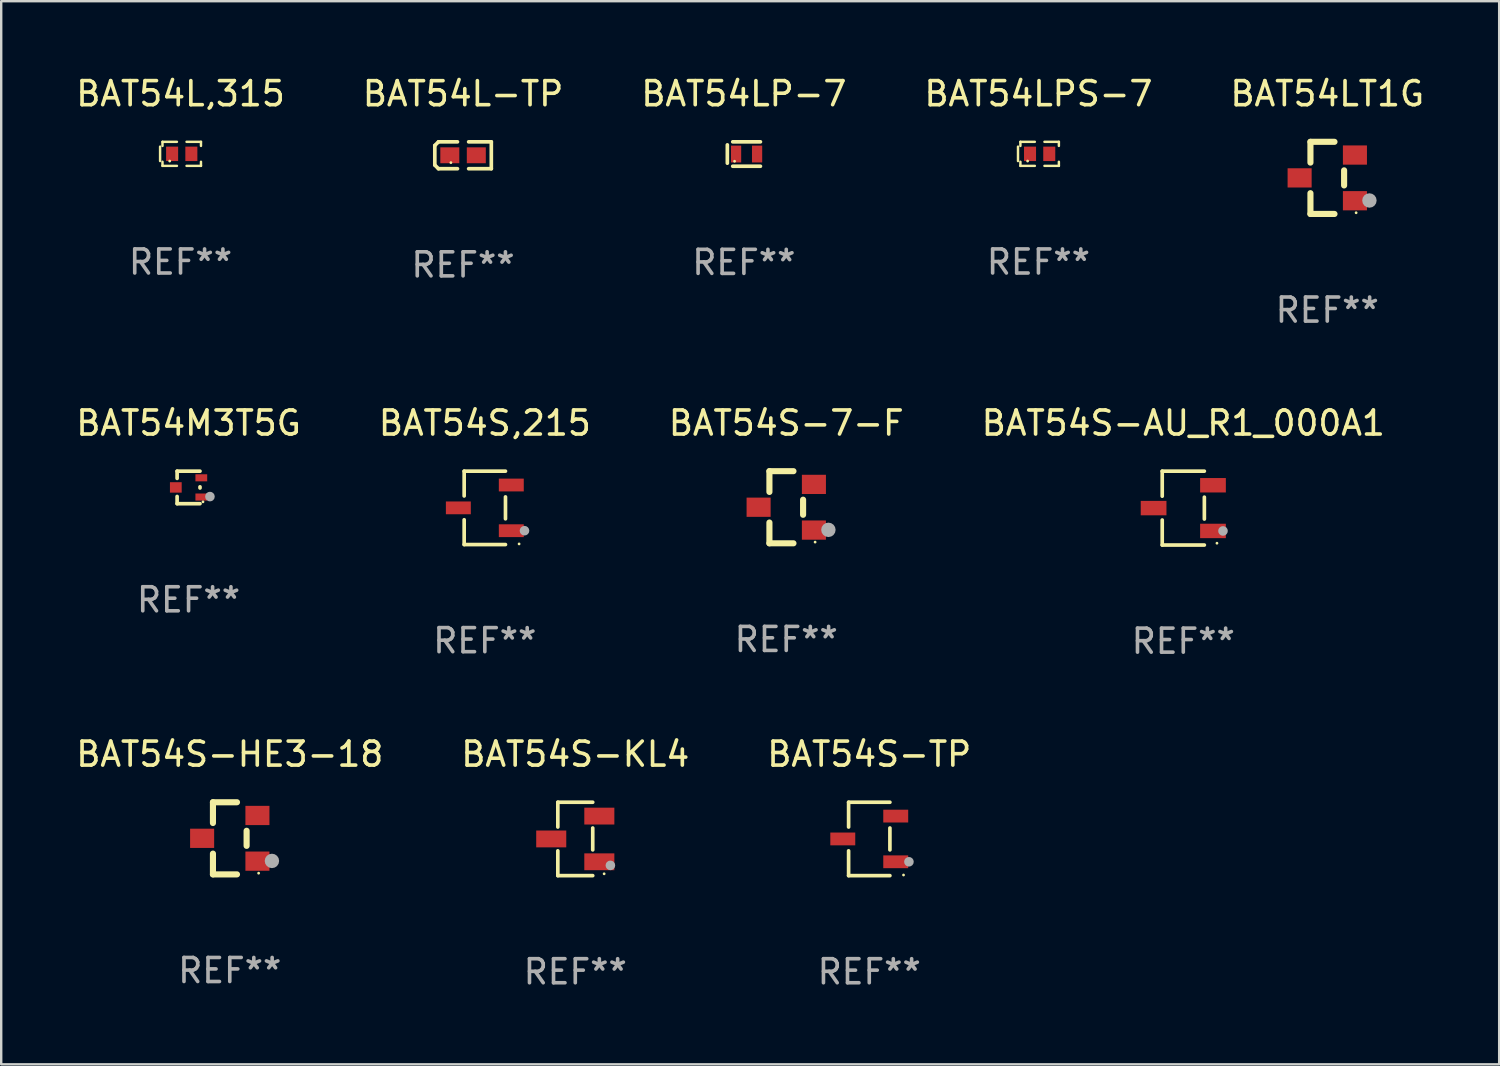
<source format=kicad_pcb>
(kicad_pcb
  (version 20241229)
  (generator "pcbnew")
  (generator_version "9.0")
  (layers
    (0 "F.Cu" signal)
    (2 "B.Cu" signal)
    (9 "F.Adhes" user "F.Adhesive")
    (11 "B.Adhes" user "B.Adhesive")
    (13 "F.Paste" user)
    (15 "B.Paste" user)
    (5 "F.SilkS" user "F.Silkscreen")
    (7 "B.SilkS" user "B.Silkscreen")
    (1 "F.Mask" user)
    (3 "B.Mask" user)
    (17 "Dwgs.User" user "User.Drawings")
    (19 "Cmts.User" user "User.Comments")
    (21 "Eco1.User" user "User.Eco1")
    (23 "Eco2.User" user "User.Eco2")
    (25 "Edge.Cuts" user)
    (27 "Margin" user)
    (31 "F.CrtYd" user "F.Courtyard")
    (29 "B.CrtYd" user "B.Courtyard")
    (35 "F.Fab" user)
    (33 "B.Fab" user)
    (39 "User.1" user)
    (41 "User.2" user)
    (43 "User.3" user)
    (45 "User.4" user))
  (footprint "BAT54M3T5G"
    (layer "F.Cu")
    (at 4.792 17.221)
    (property "Reference" "BAT54M3T5G" (at 0 -2.676 0) (layer "F.SilkS") (effects (font (size 1 1) (thickness 0.15))))
    (attr through_hole)
    (fp_line (start -0.476 -0.676) (end -0.476 -0.376) (stroke (width 0.152) (type solid)) (layer "F.SilkS"))
    (fp_line (start -0.476 0.676) (end -0.476 0.376) (stroke (width 0.152) (type solid)) (layer "F.SilkS"))
    (fp_line (start 0.476 -0.676) (end -0.476 -0.676) (stroke (width 0.152) (type solid)) (layer "F.SilkS"))
    (fp_line (start 0.476 -0.024) (end 0.476 0.024) (stroke (width 0.152) (type solid)) (layer "F.SilkS"))
    (fp_line (start 0.476 0.676) (end -0.476 0.676) (stroke (width 0.152) (type solid)) (layer "F.SilkS"))
    (fp_circle (center 0.6 0.6) (end 0.63 0.6) (stroke (width 0.06) (type solid)) (fill no) (layer "F.SilkS"))
    (fp_circle (center 0.889 0.381) (end 0.989 0.381) (stroke (width 0.2) (type solid)) (fill no) (layer "F.Fab"))
    (fp_text user "REF**" (at 0 4.676 0) (layer "F.Fab") (effects (font (size 1 1) (thickness 0.15))))
    (pad "1" smd rect (at 0.53 0.4) (size 0.489 0.294) (layers "F.Cu" "F.Mask" "F.Paste"))
    (pad "2" smd rect (at 0.53 -0.4) (size 0.489 0.294) (layers "F.Cu" "F.Mask" "F.Paste"))
    (pad "3" smd rect (at -0.53 0) (size 0.489 0.434) (layers "F.Cu" "F.Mask" "F.Paste")))
  (footprint "BAT54L,315"
    (layer "F.Cu")
    (at 4.458 3.348)
    (property "Reference" "BAT54L,315" (at 0 -2.5 0) (layer "F.SilkS") (effects (font (size 1 1) (thickness 0.15))))
    (attr through_hole)
    (fp_line (start -0.85 -0.3) (end -0.85 0.3) (stroke (width 0.102) (type solid)) (layer "F.SilkS"))
    (fp_line (start -0.75 -0.5) (end -0.75 -0.329) (stroke (width 0.102) (type solid)) (layer "F.SilkS"))
    (fp_line (start -0.75 0.329) (end -0.75 0.5) (stroke (width 0.102) (type solid)) (layer "F.SilkS"))
    (fp_line (start -0.75 0.5) (end -0.15 0.5) (stroke (width 0.102) (type solid)) (layer "F.SilkS"))
    (fp_line (start -0.15 -0.5) (end -0.75 -0.5) (stroke (width 0.102) (type solid)) (layer "F.SilkS"))
    (fp_line (start 0.25 -0.5) (end 0.85 -0.5) (stroke (width 0.102) (type solid)) (layer "F.SilkS"))
    (fp_line (start 0.85 -0.5) (end 0.85 -0.33) (stroke (width 0.102) (type solid)) (layer "F.SilkS"))
    (fp_line (start 0.85 0.33) (end 0.85 0.5) (stroke (width 0.102) (type solid)) (layer "F.SilkS"))
    (fp_line (start 0.85 0.5) (end 0.25 0.5) (stroke (width 0.102) (type solid)) (layer "F.SilkS"))
    (fp_circle (center -0.45 0.3) (end -0.42 0.3) (stroke (width 0.06) (type solid)) (fill no) (layer "F.SilkS"))
    (fp_text user "REF**" (at 0 4.5 0) (layer "F.Fab") (effects (font (size 1 1) (thickness 0.15))))
    (pad "1" smd rect (at -0.35 0) (size 0.5 0.6) (layers "F.Cu" "F.Mask" "F.Paste"))
    (pad "2" smd rect (at 0.45 0) (size 0.5 0.6) (layers "F.Cu" "F.Mask" "F.Paste")))
  (footprint "BAT54S-HE3-18"
    (layer "F.Cu")
    (at 6.506 31.814)
    (property "Reference" "BAT54S-HE3-18" (at 0 -3.5 0) (layer "F.SilkS") (effects (font (size 1 1) (thickness 0.15))))
    (attr through_hole)
    (fp_line (start -0.7 -1.5) (end 0.3 -1.5) (stroke (width 0.254) (type solid)) (layer "F.SilkS"))
    (fp_line (start -0.7 -0.636) (end -0.7 -1.5) (stroke (width 0.254) (type solid)) (layer "F.SilkS"))
    (fp_line (start -0.7 1.5) (end -0.7 0.636) (stroke (width 0.254) (type solid)) (layer "F.SilkS"))
    (fp_line (start -0.7 1.5) (end 0.3 1.5) (stroke (width 0.254) (type solid)) (layer "F.SilkS"))
    (fp_line (start 0.7 0.314) (end 0.7 -0.314) (stroke (width 0.254) (type solid)) (layer "F.SilkS"))
    (fp_circle (center 1.2 1.45) (end 1.23 1.45) (stroke (width 0.06) (type solid)) (fill no) (layer "F.SilkS"))
    (fp_circle (center 1.753 0.94) (end 1.903 0.94) (stroke (width 0.3) (type solid)) (fill no) (layer "F.Fab"))
    (fp_text user "REF**" (at 0 5.5 0) (layer "F.Fab") (effects (font (size 1 1) (thickness 0.15))))
    (pad "1" smd rect (at 1.15 0.95 180) (size 1 0.8) (layers "F.Cu" "F.Mask" "F.Paste"))
    (pad "2" smd rect (at 1.15 -0.95 180) (size 1 0.8) (layers "F.Cu" "F.Mask" "F.Paste"))
    (pad "3" smd rect (at -1.15 -0.000051 180) (size 1 0.8) (layers "F.Cu" "F.Mask" "F.Paste")))
  (footprint "BAT54S-TP"
    (layer "F.Cu")
    (at 33.101 31.84)
    (property "Reference" "BAT54S-TP" (at 0 -3.526 0) (layer "F.SilkS") (effects (font (size 1 1) (thickness 0.15))))
    (attr through_hole)
    (fp_line (start -0.859 -1.526) (end -0.859 -0.495) (stroke (width 0.152) (type solid)) (layer "F.SilkS"))
    (fp_line (start -0.859 1.526) (end -0.859 0.495) (stroke (width 0.152) (type solid)) (layer "F.SilkS"))
    (fp_line (start 0.859 -1.526) (end -0.859 -1.526) (stroke (width 0.152) (type solid)) (layer "F.SilkS"))
    (fp_line (start 0.859 -0.455) (end 0.859 0.455) (stroke (width 0.152) (type solid)) (layer "F.SilkS"))
    (fp_line (start 0.859 1.526) (end -0.859 1.526) (stroke (width 0.152) (type solid)) (layer "F.SilkS"))
    (fp_circle (center 1.425 1.5) (end 1.455 1.5) (stroke (width 0.06) (type solid)) (fill no) (layer "F.SilkS"))
    (fp_circle (center 1.65 0.95) (end 1.75 0.95) (stroke (width 0.2) (type solid)) (fill no) (layer "F.Fab"))
    (fp_text user "REF**" (at 0 5.526 0) (layer "F.Fab") (effects (font (size 1 1) (thickness 0.15))))
    (pad "1" smd rect (at 1.101 0.95) (size 1.037 0.532) (layers "F.Cu" "F.Mask" "F.Paste"))
    (pad "2" smd rect (at 1.101 -0.95) (size 1.037 0.532) (layers "F.Cu" "F.Mask" "F.Paste"))
    (pad "3" smd rect (at -1.101 0) (size 1.037 0.532) (layers "F.Cu" "F.Mask" "F.Paste")))
  (footprint "BAT54LT1G"
    (layer "F.Cu")
    (at 52.149 4.348)
    (property "Reference" "BAT54LT1G" (at 0 -3.5 0) (layer "F.SilkS") (effects (font (size 1 1) (thickness 0.15))))
    (attr through_hole)
    (fp_line (start -0.7 -1.5) (end 0.3 -1.5) (stroke (width 0.254) (type solid)) (layer "F.SilkS"))
    (fp_line (start -0.7 -0.636) (end -0.7 -1.5) (stroke (width 0.254) (type solid)) (layer "F.SilkS"))
    (fp_line (start -0.7 1.5) (end -0.7 0.636) (stroke (width 0.254) (type solid)) (layer "F.SilkS"))
    (fp_line (start -0.7 1.5) (end 0.3 1.5) (stroke (width 0.254) (type solid)) (layer "F.SilkS"))
    (fp_line (start 0.7 0.314) (end 0.7 -0.314) (stroke (width 0.254) (type solid)) (layer "F.SilkS"))
    (fp_circle (center 1.2 1.45) (end 1.23 1.45) (stroke (width 0.06) (type solid)) (fill no) (layer "F.SilkS"))
    (fp_circle (center 1.753 0.94) (end 1.903 0.94) (stroke (width 0.3) (type solid)) (fill no) (layer "F.Fab"))
    (fp_text user "REF**" (at 0 5.5 0) (layer "F.Fab") (effects (font (size 1 1) (thickness 0.15))))
    (pad "1" smd rect (at 1.15 0.95 180) (size 1 0.8) (layers "F.Cu" "F.Mask" "F.Paste"))
    (pad "2" smd rect (at 1.15 -0.95 180) (size 1 0.8) (layers "F.Cu" "F.Mask" "F.Paste"))
    (pad "3" smd rect (at -1.15 -0.000051 180) (size 1 0.8) (layers "F.Cu" "F.Mask" "F.Paste")))
  (footprint "BAT54LP-7"
    (layer "F.Cu")
    (at 27.887 3.356)
    (property "Reference" "BAT54LP-7" (at 0 -2.508 0) (layer "F.SilkS") (effects (font (size 1 1) (thickness 0.15))))
    (attr through_hole)
    (fp_line (start -0.688 -0.381) (end -0.688 0.381) (stroke (width 0.152) (type solid)) (layer "F.SilkS"))
    (fp_line (start -0.464 -0.508) (end 0.688 -0.508) (stroke (width 0.152) (type solid)) (layer "F.SilkS"))
    (fp_line (start -0.464 0.508) (end 0.688 0.508) (stroke (width 0.152) (type solid)) (layer "F.SilkS"))
    (fp_circle (center -0.388 0.3) (end -0.358 0.3) (stroke (width 0.06) (type solid)) (fill no) (layer "F.SilkS"))
    (fp_text user "REF**" (at 0 4.508 0) (layer "F.Fab") (effects (font (size 1 1) (thickness 0.15))))
    (pad "1" smd rect (at -0.325 0) (size 0.425 0.7) (layers "F.Cu" "F.Mask" "F.Paste"))
    (pad "2" smd rect (at 0.549 0) (size 0.425 0.7) (layers "F.Cu" "F.Mask" "F.Paste")))
  (footprint "BAT54LPS-7"
    (layer "F.Cu")
    (at 40.137 3.348)
    (property "Reference" "BAT54LPS-7" (at 0 -2.5 0) (layer "F.SilkS") (effects (font (size 1 1) (thickness 0.15))))
    (attr through_hole)
    (fp_line (start -0.85 -0.3) (end -0.85 0.3) (stroke (width 0.102) (type solid)) (layer "F.SilkS"))
    (fp_line (start -0.75 -0.5) (end -0.75 -0.329) (stroke (width 0.102) (type solid)) (layer "F.SilkS"))
    (fp_line (start -0.75 0.329) (end -0.75 0.5) (stroke (width 0.102) (type solid)) (layer "F.SilkS"))
    (fp_line (start -0.75 0.5) (end -0.15 0.5) (stroke (width 0.102) (type solid)) (layer "F.SilkS"))
    (fp_line (start -0.15 -0.5) (end -0.75 -0.5) (stroke (width 0.102) (type solid)) (layer "F.SilkS"))
    (fp_line (start 0.25 -0.5) (end 0.85 -0.5) (stroke (width 0.102) (type solid)) (layer "F.SilkS"))
    (fp_line (start 0.85 -0.5) (end 0.85 -0.33) (stroke (width 0.102) (type solid)) (layer "F.SilkS"))
    (fp_line (start 0.85 0.33) (end 0.85 0.5) (stroke (width 0.102) (type solid)) (layer "F.SilkS"))
    (fp_line (start 0.85 0.5) (end 0.25 0.5) (stroke (width 0.102) (type solid)) (layer "F.SilkS"))
    (fp_circle (center -0.45 0.3) (end -0.42 0.3) (stroke (width 0.06) (type solid)) (fill no) (layer "F.SilkS"))
    (fp_text user "REF**" (at 0 4.5 0) (layer "F.Fab") (effects (font (size 1 1) (thickness 0.15))))
    (pad "1" smd rect (at -0.35 0) (size 0.5 0.6) (layers "F.Cu" "F.Mask" "F.Paste"))
    (pad "2" smd rect (at 0.45 0) (size 0.5 0.6) (layers "F.Cu" "F.Mask" "F.Paste")))
  (footprint "BAT54S-AU_R1_000A1"
    (layer "F.Cu")
    (at 46.161 18.081)
    (property "Reference" "BAT54S-AU_R1_000A1" (at 0 -3.536 0) (layer "F.SilkS") (effects (font (size 1 1) (thickness 0.15))))
    (attr through_hole)
    (fp_line (start -0.876 -1.536) (end -0.876 -0.495) (stroke (width 0.152) (type solid)) (layer "F.SilkS"))
    (fp_line (start -0.876 1.536) (end -0.876 0.495) (stroke (width 0.152) (type solid)) (layer "F.SilkS"))
    (fp_line (start 0.876 -1.536) (end -0.876 -1.536) (stroke (width 0.152) (type solid)) (layer "F.SilkS"))
    (fp_line (start 0.876 -0.455) (end 0.876 0.455) (stroke (width 0.152) (type solid)) (layer "F.SilkS"))
    (fp_line (start 0.876 1.536) (end -0.876 1.536) (stroke (width 0.152) (type solid)) (layer "F.SilkS"))
    (fp_circle (center 1.4 1.46) (end 1.43 1.46) (stroke (width 0.06) (type solid)) (fill no) (layer "F.SilkS"))
    (fp_circle (center 1.651 0.95) (end 1.751 0.95) (stroke (width 0.2) (type solid)) (fill no) (layer "F.Fab"))
    (fp_text user "REF**" (at 0 5.536 0) (layer "F.Fab") (effects (font (size 1 1) (thickness 0.15))))
    (pad "1" smd rect (at 1.235 0.95) (size 1.07 0.6) (layers "F.Cu" "F.Mask" "F.Paste"))
    (pad "2" smd rect (at 1.235 -0.95) (size 1.07 0.6) (layers "F.Cu" "F.Mask" "F.Paste"))
    (pad "3" smd rect (at -1.235 0) (size 1.07 0.6) (layers "F.Cu" "F.Mask" "F.Paste")))
  (footprint "BAT54L-TP"
    (layer "F.Cu")
    (at 16.208 3.408)
    (property "Reference" "BAT54L-TP" (at 0 -2.559 0) (layer "F.SilkS") (effects (font (size 1 1) (thickness 0.15))))
    (attr through_hole)
    (fp_line (start -1.175 -0.407) (end -1.023 -0.559) (stroke (width 0.152) (type solid)) (layer "F.SilkS"))
    (fp_line (start -1.175 0.407) (end -1.175 -0.407) (stroke (width 0.152) (type solid)) (layer "F.SilkS"))
    (fp_line (start -1.023 -0.559) (end -0.232 -0.559) (stroke (width 0.152) (type solid)) (layer "F.SilkS"))
    (fp_line (start -1.023 0.559) (end -1.175 0.407) (stroke (width 0.152) (type solid)) (layer "F.SilkS"))
    (fp_line (start -0.232 0.559) (end -1.023 0.559) (stroke (width 0.152) (type solid)) (layer "F.SilkS"))
    (fp_line (start 0.232 0.559) (end 1.175 0.559) (stroke (width 0.152) (type solid)) (layer "F.SilkS"))
    (fp_line (start 1.175 -0.559) (end 0.232 -0.559) (stroke (width 0.152) (type solid)) (layer "F.SilkS"))
    (fp_line (start 1.175 0.559) (end 1.175 -0.559) (stroke (width 0.152) (type solid)) (layer "F.SilkS"))
    (fp_circle (center -0.506 0.306) (end -0.476 0.306) (stroke (width 0.06) (type solid)) (fill no) (layer "F.SilkS"))
    (fp_text user "REF**" (at 0 4.559 0) (layer "F.Fab") (effects (font (size 1 1) (thickness 0.15))))
    (pad "1" smd rect (at -0.551 0) (size 0.79 0.661) (layers "F.Cu" "F.Mask" "F.Paste"))
    (pad "2" smd rect (at 0.551 0) (size 0.79 0.661) (layers "F.Cu" "F.Mask" "F.Paste")))
  (footprint "BAT54S-7-F"
    (layer "F.Cu")
    (at 29.649 18.045)
    (property "Reference" "BAT54S-7-F" (at 0 -3.5 0) (layer "F.SilkS") (effects (font (size 1 1) (thickness 0.15))))
    (attr through_hole)
    (fp_line (start -0.7 -1.5) (end 0.3 -1.5) (stroke (width 0.254) (type solid)) (layer "F.SilkS"))
    (fp_line (start -0.7 -0.636) (end -0.7 -1.5) (stroke (width 0.254) (type solid)) (layer "F.SilkS"))
    (fp_line (start -0.7 1.5) (end -0.7 0.636) (stroke (width 0.254) (type solid)) (layer "F.SilkS"))
    (fp_line (start -0.7 1.5) (end 0.3 1.5) (stroke (width 0.254) (type solid)) (layer "F.SilkS"))
    (fp_line (start 0.7 0.314) (end 0.7 -0.314) (stroke (width 0.254) (type solid)) (layer "F.SilkS"))
    (fp_circle (center 1.2 1.45) (end 1.23 1.45) (stroke (width 0.06) (type solid)) (fill no) (layer "F.SilkS"))
    (fp_circle (center 1.753 0.94) (end 1.903 0.94) (stroke (width 0.3) (type solid)) (fill no) (layer "F.Fab"))
    (fp_text user "REF**" (at 0 5.5 0) (layer "F.Fab") (effects (font (size 1 1) (thickness 0.15))))
    (pad "1" smd rect (at 1.15 0.95 180) (size 1 0.8) (layers "F.Cu" "F.Mask" "F.Paste"))
    (pad "2" smd rect (at 1.15 -0.95 180) (size 1 0.8) (layers "F.Cu" "F.Mask" "F.Paste"))
    (pad "3" smd rect (at -1.15 -0.000051 180) (size 1 0.8) (layers "F.Cu" "F.Mask" "F.Paste")))
  (footprint "BAT54S,215"
    (layer "F.Cu")
    (at 17.113 18.071)
    (property "Reference" "BAT54S,215" (at 0 -3.526 0) (layer "F.SilkS") (effects (font (size 1 1) (thickness 0.15))))
    (attr through_hole)
    (fp_line (start -0.859 -1.526) (end -0.859 -0.495) (stroke (width 0.152) (type solid)) (layer "F.SilkS"))
    (fp_line (start -0.859 1.526) (end -0.859 0.495) (stroke (width 0.152) (type solid)) (layer "F.SilkS"))
    (fp_line (start 0.859 -1.526) (end -0.859 -1.526) (stroke (width 0.152) (type solid)) (layer "F.SilkS"))
    (fp_line (start 0.859 -0.455) (end 0.859 0.455) (stroke (width 0.152) (type solid)) (layer "F.SilkS"))
    (fp_line (start 0.859 1.526) (end -0.859 1.526) (stroke (width 0.152) (type solid)) (layer "F.SilkS"))
    (fp_circle (center 1.425 1.5) (end 1.455 1.5) (stroke (width 0.06) (type solid)) (fill no) (layer "F.SilkS"))
    (fp_circle (center 1.65 0.95) (end 1.75 0.95) (stroke (width 0.2) (type solid)) (fill no) (layer "F.Fab"))
    (fp_text user "REF**" (at 0 5.526 0) (layer "F.Fab") (effects (font (size 1 1) (thickness 0.15))))
    (pad "1" smd rect (at 1.101 0.95) (size 1.037 0.532) (layers "F.Cu" "F.Mask" "F.Paste"))
    (pad "2" smd rect (at 1.101 -0.95) (size 1.037 0.532) (layers "F.Cu" "F.Mask" "F.Paste"))
    (pad "3" smd rect (at -1.101 0) (size 1.037 0.532) (layers "F.Cu" "F.Mask" "F.Paste")))
  (footprint "BAT54S-KL4"
    (layer "F.Cu")
    (at 20.875 31.84)
    (property "Reference" "BAT54S-KL4" (at 0 -3.526 0) (layer "F.SilkS") (effects (font (size 1 1) (thickness 0.15))))
    (attr through_hole)
    (fp_line (start -0.726 -1.526) (end -0.726 -0.495) (stroke (width 0.152) (type solid)) (layer "F.SilkS"))
    (fp_line (start -0.726 1.526) (end -0.726 0.495) (stroke (width 0.152) (type solid)) (layer "F.SilkS"))
    (fp_line (start 0.726 -1.526) (end -0.726 -1.526) (stroke (width 0.152) (type solid)) (layer "F.SilkS"))
    (fp_line (start 0.726 -0.455) (end 0.726 0.455) (stroke (width 0.152) (type solid)) (layer "F.SilkS"))
    (fp_line (start 0.726 1.526) (end -0.726 1.526) (stroke (width 0.152) (type solid)) (layer "F.SilkS"))
    (fp_circle (center 1.2 1.45) (end 1.23 1.45) (stroke (width 0.06) (type solid)) (fill no) (layer "F.SilkS"))
    (fp_circle (center 1.46 1.1) (end 1.56 1.1) (stroke (width 0.2) (type solid)) (fill no) (layer "F.Fab"))
    (fp_text user "REF**" (at 0 5.526 0) (layer "F.Fab") (effects (font (size 1 1) (thickness 0.15))))
    (pad "1" smd rect (at 1 0.95) (size 1.25 0.7) (layers "F.Cu" "F.Mask" "F.Paste"))
    (pad "2" smd rect (at 1 -0.95) (size 1.25 0.7) (layers "F.Cu" "F.Mask" "F.Paste"))
    (pad "3" smd rect (at -1 0) (size 1.25 0.7) (layers "F.Cu" "F.Mask" "F.Paste")))
  (gr_rect
    (start -3 -3)
    (end 59.298 41.214)
    (stroke (width 0.1) (type default))
    (fill no)
    (layer "Edge.Cuts")))
</source>
